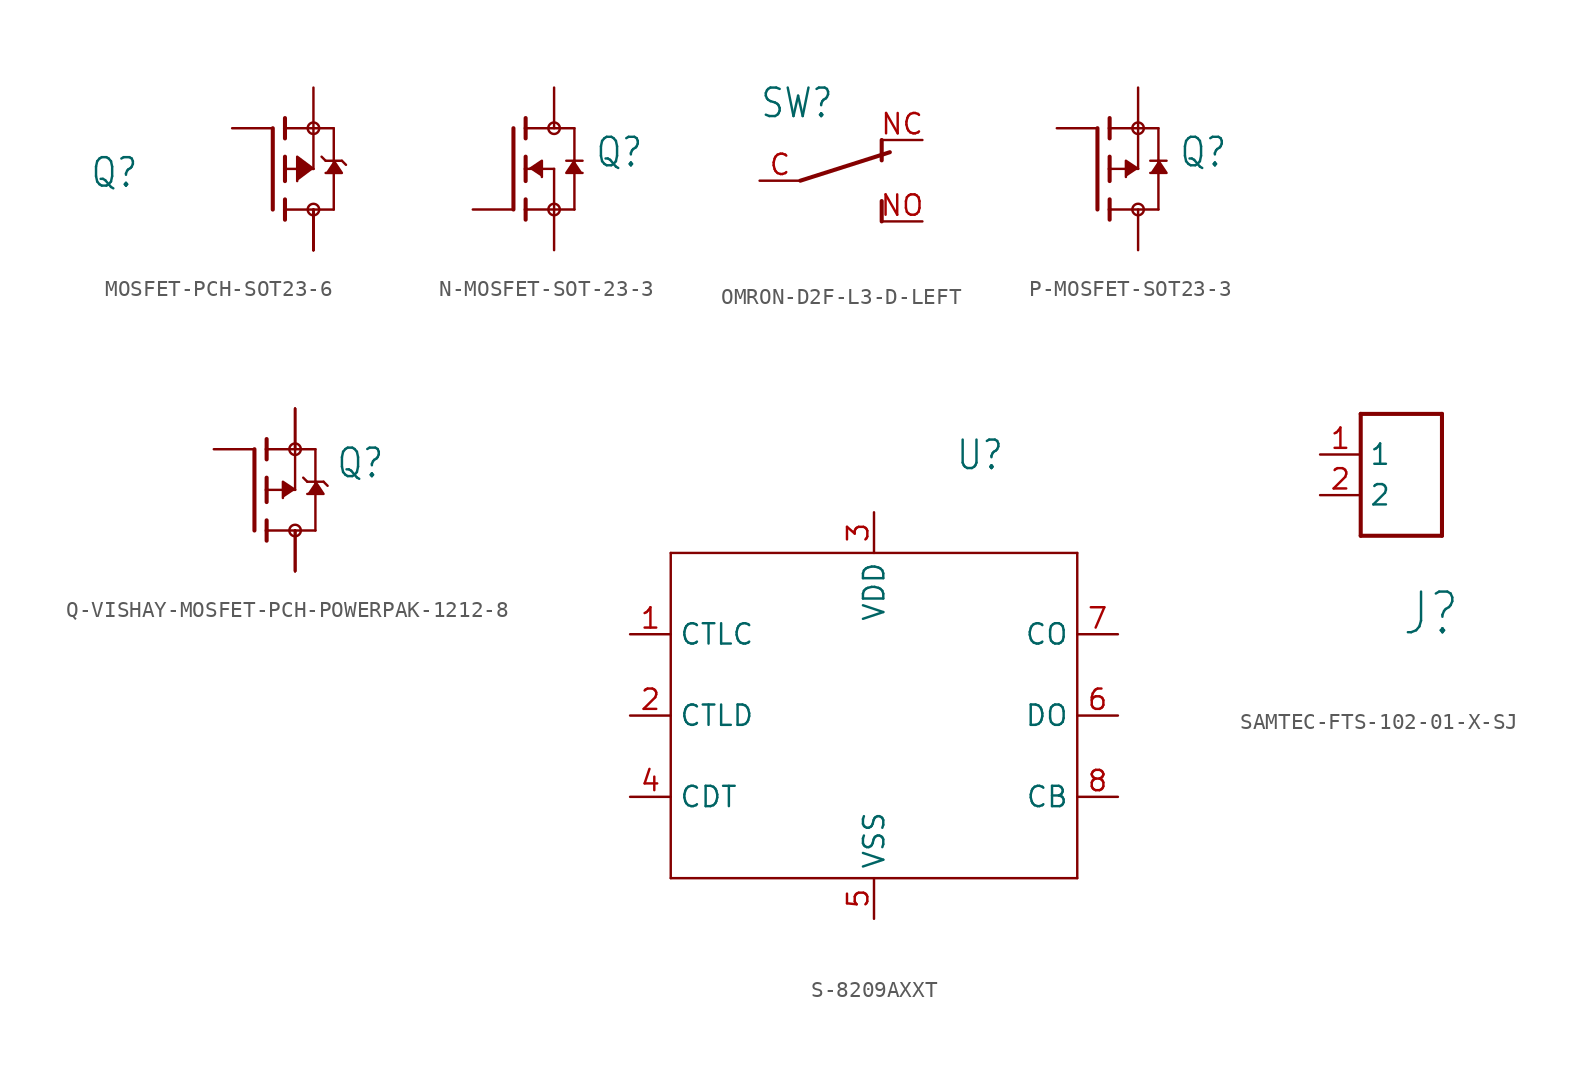
<source format=kicad_sym>
(kicad_symbol_lib
  (version 20220914)
  (generator kicad_symbol_editor)
  (symbol "MOSFET-PCH-SOT23-6"
    (property "Reference" "Q"
      (at -11.43 -1.27 0)
      (effects (font (size 1.778 1.511)) (justify left bottom)))
    (property "Value" ""
      (at -11.43 -3.81 0)
      (effects (font (size 1.778 1.511)) (justify left bottom)))
    (property "ki_locked" ""
      (at 0 0 0)
      (effects (font (size 1.27 1.27))))
    (symbol "MOSFET-PCH-SOT23-6_1_0"
      (polyline (pts (xy 0 -2.54) (xy 0 2.54)) (stroke (width 0.254) (type solid)) (fill (type none)))
      (polyline (pts (xy 0.762 -3.175) (xy 0.762 -2.54)) (stroke (width 0.254) (type solid)) (fill (type none)))
      (polyline (pts (xy 0.762 -2.54) (xy 0.762 -1.905)) (stroke (width 0.254) (type solid)) (fill (type none)))
      (polyline (pts (xy 0.762 -2.54) (xy 3.81 -2.54)) (stroke (width 0.152) (type solid)) (fill (type none)))
      (polyline (pts (xy 0.762 -0.762) (xy 0.762 0)) (stroke (width 0.254) (type solid)) (fill (type none)))
      (polyline (pts (xy 0.762 0) (xy 0.762 0.762)) (stroke (width 0.254) (type solid)) (fill (type none)))
      (polyline (pts (xy 0.762 0) (xy 2.54 0)) (stroke (width 0.152) (type solid)) (fill (type none)))
      (polyline (pts (xy 0.762 1.905) (xy 0.762 2.54)) (stroke (width 0.254) (type solid)) (fill (type none)))
      (polyline (pts (xy 0.762 2.54) (xy 0.762 3.175)) (stroke (width 0.254) (type solid)) (fill (type none)))
      (polyline (pts (xy 2.54 0) (xy 2.54 2.54)) (stroke (width 0.152) (type solid)) (fill (type none)))
      (polyline (pts (xy 2.54 2.54) (xy 0.762 2.54)) (stroke (width 0.152) (type solid)) (fill (type none)))
      (polyline (pts (xy 2.54 2.54) (xy 3.81 2.54)) (stroke (width 0.152) (type solid)) (fill (type none)))
      (polyline (pts (xy 3.048 0.762) (xy 3.302 0.508)) (stroke (width 0.152) (type solid)) (fill (type none)))
      (polyline (pts (xy 3.302 0.508) (xy 3.81 0.508)) (stroke (width 0.152) (type solid)) (fill (type none)))
      (polyline (pts (xy 3.81 -2.54) (xy 3.81 0.508)) (stroke (width 0.152) (type solid)) (fill (type none)))
      (polyline (pts (xy 3.81 0.508) (xy 3.81 2.54)) (stroke (width 0.152) (type solid)) (fill (type none)))
      (polyline (pts (xy 3.81 0.508) (xy 4.318 0.508)) (stroke (width 0.152) (type solid)) (fill (type none)))
      (polyline (pts (xy 4.318 0.508) (xy 4.572 0.254)) (stroke (width 0.152) (type solid)) (fill (type none)))
      (polyline (pts (xy 2.54 0) (xy 1.524 0.762) (xy 1.524 -0.762)) (stroke (width 0.152) (type solid)) (fill (type outline)))
      (polyline (pts (xy 3.81 0.508) (xy 4.318 -0.254) (xy 3.302 -0.254)) (stroke (width 0.152) (type solid)) (fill (type outline)))
      (circle (center 2.54 -2.54) (radius 0.359) (stroke (width 0) (type solid)) (fill (type none)))
      (circle (center 2.54 2.54) (radius 0.359) (stroke (width 0) (type solid)) (fill (type none)))
      (pin passive line (at 2.54 -5.08 90) (length 2.54) (name "D" (effects (font (size 0 0)))) (number "1" (effects (font (size 0 0)))))
      (pin passive line (at 2.54 -5.08 90) (length 2.54) (name "D" (effects (font (size 0 0)))) (number "2" (effects (font (size 0 0)))))
      (pin passive line (at -2.54 2.54 0) (length 2.54) (name "G" (effects (font (size 0 0)))) (number "3" (effects (font (size 0 0)))))
      (pin passive line (at 2.54 5.08 270) (length 2.54) (name "S" (effects (font (size 0 0)))) (number "4" (effects (font (size 0 0)))))
      (pin passive line (at 2.54 -5.08 90) (length 2.54) (name "D" (effects (font (size 0 0)))) (number "5" (effects (font (size 0 0)))))
      (pin passive line (at 2.54 -5.08 90) (length 2.54) (name "D" (effects (font (size 0 0)))) (number "6" (effects (font (size 0 0)))))))
  (symbol "N-MOSFET-SOT-23-3"
    (property "Reference" "Q"
      (at 5.08 0 0)
      (effects (font (size 1.778 1.511)) (justify left bottom)))
    (property "Value" ""
      (at 5.08 -2.54 0)
      (effects (font (size 1.778 1.511)) (justify left bottom)))
    (property "ki_locked" ""
      (at 0 0 0)
      (effects (font (size 1.27 1.27))))
    (symbol "N-MOSFET-SOT-23-3_1_0"
      (polyline (pts (xy 0 2.54) (xy 0 -2.54)) (stroke (width 0.254) (type solid)) (fill (type none)))
      (polyline (pts (xy 0.762 -2.54) (xy 0.762 -3.175)) (stroke (width 0.254) (type solid)) (fill (type none)))
      (polyline (pts (xy 0.762 -1.905) (xy 0.762 -2.54)) (stroke (width 0.254) (type solid)) (fill (type none)))
      (polyline (pts (xy 0.762 0) (xy 0.762 -0.762)) (stroke (width 0.254) (type solid)) (fill (type none)))
      (polyline (pts (xy 0.762 0) (xy 2.54 0)) (stroke (width 0.152) (type solid)) (fill (type none)))
      (polyline (pts (xy 0.762 0.762) (xy 0.762 0)) (stroke (width 0.254) (type solid)) (fill (type none)))
      (polyline (pts (xy 0.762 2.54) (xy 0.762 1.905)) (stroke (width 0.254) (type solid)) (fill (type none)))
      (polyline (pts (xy 0.762 2.54) (xy 3.81 2.54)) (stroke (width 0.152) (type solid)) (fill (type none)))
      (polyline (pts (xy 0.762 3.175) (xy 0.762 2.54)) (stroke (width 0.254) (type solid)) (fill (type none)))
      (polyline (pts (xy 2.54 -2.54) (xy 0.762 -2.54)) (stroke (width 0.152) (type solid)) (fill (type none)))
      (polyline (pts (xy 2.54 -2.54) (xy 3.81 -2.54)) (stroke (width 0.152) (type solid)) (fill (type none)))
      (polyline (pts (xy 2.54 0) (xy 2.54 -2.54)) (stroke (width 0.152) (type solid)) (fill (type none)))
      (polyline (pts (xy 3.81 0.508) (xy 3.302 0.508)) (stroke (width 0.152) (type solid)) (fill (type none)))
      (polyline (pts (xy 3.81 0.508) (xy 3.81 -2.54)) (stroke (width 0.152) (type solid)) (fill (type none)))
      (polyline (pts (xy 3.81 2.54) (xy 3.81 0.508)) (stroke (width 0.152) (type solid)) (fill (type none)))
      (polyline (pts (xy 4.318 0.508) (xy 3.81 0.508)) (stroke (width 0.152) (type solid)) (fill (type none)))
      (polyline (pts (xy 1.016 0) (xy 1.778 0.508) (xy 1.778 -0.508)) (stroke (width 0.152) (type solid)) (fill (type outline)))
      (polyline (pts (xy 3.81 0.508) (xy 3.302 -0.254) (xy 4.318 -0.254)) (stroke (width 0.152) (type solid)) (fill (type outline)))
      (circle (center 2.54 -2.54) (radius 0.359) (stroke (width 0) (type solid)) (fill (type none)))
      (circle (center 2.54 2.54) (radius 0.359) (stroke (width 0) (type solid)) (fill (type none)))
      (pin passive line (at -2.54 -2.54 0) (length 2.54) (name "G" (effects (font (size 0 0)))) (number "1" (effects (font (size 0 0)))))
      (pin passive line (at 2.54 -5.08 90) (length 2.54) (name "S" (effects (font (size 0 0)))) (number "2" (effects (font (size 0 0)))))
      (pin passive line (at 2.54 5.08 270) (length 2.54) (name "D" (effects (font (size 0 0)))) (number "3" (effects (font (size 0 0)))))))
  (symbol "OMRON-D2F-L3-D-LEFT"
    (property "Reference" "SW"
      (at -5.08 3.81 0)
      (effects (font (size 1.778 1.511)) (justify left bottom)))
    (property "Value" ""
      (at -5.08 -5.08 0)
      (effects (font (size 1.778 1.511)) (justify left bottom)))
    (property "ki_locked" ""
      (at 0 0 0)
      (effects (font (size 1.27 1.27))))
    (symbol "OMRON-D2F-L3-D-LEFT_1_0"
      (polyline (pts (xy -2.54 0) (xy 3.048 1.778)) (stroke (width 0.254) (type solid)) (fill (type none)))
      (polyline (pts (xy 2.54 -2.54) (xy 2.54 -1.27)) (stroke (width 0.254) (type solid)) (fill (type none)))
      (polyline (pts (xy 2.54 2.54) (xy 2.54 1.27)) (stroke (width 0.254) (type solid)) (fill (type none)))
      (pin passive line (at -5.08 0 0) (length 2.54) (name "COM" (effects (font (size 0 0)))) (number "C" (effects (font (size 1.27 1.27)))))
      (pin passive line (at 5.08 2.54 180) (length 2.54) (name "NC" (effects (font (size 0 0)))) (number "NC" (effects (font (size 1.27 1.27)))))
      (pin passive line (at 5.08 -2.54 180) (length 2.54) (name "NO" (effects (font (size 0 0)))) (number "NO" (effects (font (size 1.27 1.27)))))))
  (symbol "P-MOSFET-SOT23-3"
    (property "Reference" "Q"
      (at 5.08 0 0)
      (effects (font (size 1.778 1.511)) (justify left bottom)))
    (property "Value" ""
      (at 5.08 -2.54 0)
      (effects (font (size 1.778 1.511)) (justify left bottom)))
    (property "ki_locked" ""
      (at 0 0 0)
      (effects (font (size 1.27 1.27))))
    (symbol "P-MOSFET-SOT23-3_1_0"
      (polyline (pts (xy 0 -2.54) (xy 0 2.54)) (stroke (width 0.254) (type solid)) (fill (type none)))
      (polyline (pts (xy 0.762 -3.175) (xy 0.762 -2.54)) (stroke (width 0.254) (type solid)) (fill (type none)))
      (polyline (pts (xy 0.762 -2.54) (xy 0.762 -1.905)) (stroke (width 0.254) (type solid)) (fill (type none)))
      (polyline (pts (xy 0.762 -2.54) (xy 3.81 -2.54)) (stroke (width 0.152) (type solid)) (fill (type none)))
      (polyline (pts (xy 0.762 -0.762) (xy 0.762 0)) (stroke (width 0.254) (type solid)) (fill (type none)))
      (polyline (pts (xy 0.762 0) (xy 0.762 0.762)) (stroke (width 0.254) (type solid)) (fill (type none)))
      (polyline (pts (xy 0.762 0) (xy 2.54 0)) (stroke (width 0.152) (type solid)) (fill (type none)))
      (polyline (pts (xy 0.762 1.905) (xy 0.762 2.54)) (stroke (width 0.254) (type solid)) (fill (type none)))
      (polyline (pts (xy 0.762 2.54) (xy 0.762 3.175)) (stroke (width 0.254) (type solid)) (fill (type none)))
      (polyline (pts (xy 2.54 0) (xy 2.54 2.54)) (stroke (width 0.152) (type solid)) (fill (type none)))
      (polyline (pts (xy 2.54 2.54) (xy 0.762 2.54)) (stroke (width 0.152) (type solid)) (fill (type none)))
      (polyline (pts (xy 2.54 2.54) (xy 3.81 2.54)) (stroke (width 0.152) (type solid)) (fill (type none)))
      (polyline (pts (xy 3.302 0.508) (xy 3.81 0.508)) (stroke (width 0.152) (type solid)) (fill (type none)))
      (polyline (pts (xy 3.81 -2.54) (xy 3.81 0.508)) (stroke (width 0.152) (type solid)) (fill (type none)))
      (polyline (pts (xy 3.81 0.508) (xy 3.81 2.54)) (stroke (width 0.152) (type solid)) (fill (type none)))
      (polyline (pts (xy 3.81 0.508) (xy 4.318 0.508)) (stroke (width 0.152) (type solid)) (fill (type none)))
      (polyline (pts (xy 2.54 0) (xy 1.778 0.508) (xy 1.778 -0.508)) (stroke (width 0.152) (type solid)) (fill (type outline)))
      (polyline (pts (xy 3.81 0.508) (xy 4.318 -0.254) (xy 3.302 -0.254)) (stroke (width 0.152) (type solid)) (fill (type outline)))
      (circle (center 2.54 -2.54) (radius 0.359) (stroke (width 0) (type solid)) (fill (type none)))
      (circle (center 2.54 2.54) (radius 0.359) (stroke (width 0) (type solid)) (fill (type none)))
      (pin passive line (at -2.54 2.54 0) (length 2.54) (name "G" (effects (font (size 0 0)))) (number "1" (effects (font (size 0 0)))))
      (pin passive line (at 2.54 5.08 270) (length 2.54) (name "S" (effects (font (size 0 0)))) (number "2" (effects (font (size 0 0)))))
      (pin passive line (at 2.54 -5.08 90) (length 2.54) (name "D" (effects (font (size 0 0)))) (number "3" (effects (font (size 0 0)))))))
  (symbol "Q-VISHAY-MOSFET-PCH-POWERPAK-1212-8"
    (property "Reference" "Q"
      (at 5.08 0.635 0)
      (effects (font (size 1.778 1.511)) (justify left bottom)))
    (property "Value" ""
      (at 5.08 -1.905 0)
      (effects (font (size 1.778 1.511)) (justify left bottom)))
    (property "ki_locked" ""
      (at 0 0 0)
      (effects (font (size 1.27 1.27))))
    (symbol "Q-VISHAY-MOSFET-PCH-POWERPAK-1212-8_1_0"
      (polyline (pts (xy 0 -2.54) (xy 0 2.54)) (stroke (width 0.254) (type solid)) (fill (type none)))
      (polyline (pts (xy 0.762 -3.175) (xy 0.762 -2.54)) (stroke (width 0.254) (type solid)) (fill (type none)))
      (polyline (pts (xy 0.762 -2.54) (xy 0.762 -1.905)) (stroke (width 0.254) (type solid)) (fill (type none)))
      (polyline (pts (xy 0.762 -2.54) (xy 3.81 -2.54)) (stroke (width 0.152) (type solid)) (fill (type none)))
      (polyline (pts (xy 0.762 -0.762) (xy 0.762 0)) (stroke (width 0.254) (type solid)) (fill (type none)))
      (polyline (pts (xy 0.762 0) (xy 0.762 0.762)) (stroke (width 0.254) (type solid)) (fill (type none)))
      (polyline (pts (xy 0.762 0) (xy 2.54 0)) (stroke (width 0.152) (type solid)) (fill (type none)))
      (polyline (pts (xy 0.762 1.905) (xy 0.762 2.54)) (stroke (width 0.254) (type solid)) (fill (type none)))
      (polyline (pts (xy 0.762 2.54) (xy 0.762 3.175)) (stroke (width 0.254) (type solid)) (fill (type none)))
      (polyline (pts (xy 2.54 0) (xy 2.54 2.54)) (stroke (width 0.152) (type solid)) (fill (type none)))
      (polyline (pts (xy 2.54 2.54) (xy 0.762 2.54)) (stroke (width 0.152) (type solid)) (fill (type none)))
      (polyline (pts (xy 2.54 2.54) (xy 3.81 2.54)) (stroke (width 0.152) (type solid)) (fill (type none)))
      (polyline (pts (xy 3.048 0.762) (xy 3.302 0.508)) (stroke (width 0.152) (type solid)) (fill (type none)))
      (polyline (pts (xy 3.302 0.508) (xy 3.81 0.508)) (stroke (width 0.152) (type solid)) (fill (type none)))
      (polyline (pts (xy 3.81 -2.54) (xy 3.81 0.508)) (stroke (width 0.152) (type solid)) (fill (type none)))
      (polyline (pts (xy 3.81 0.508) (xy 3.81 2.54)) (stroke (width 0.152) (type solid)) (fill (type none)))
      (polyline (pts (xy 3.81 0.508) (xy 4.318 0.508)) (stroke (width 0.152) (type solid)) (fill (type none)))
      (polyline (pts (xy 4.318 0.508) (xy 4.572 0.254)) (stroke (width 0.152) (type solid)) (fill (type none)))
      (polyline (pts (xy 2.54 0) (xy 1.778 0.508) (xy 1.778 -0.508)) (stroke (width 0.152) (type solid)) (fill (type outline)))
      (polyline (pts (xy 3.81 0.508) (xy 4.318 -0.254) (xy 3.302 -0.254)) (stroke (width 0.152) (type solid)) (fill (type outline)))
      (circle (center 2.54 -2.54) (radius 0.359) (stroke (width 0) (type solid)) (fill (type none)))
      (circle (center 2.54 2.54) (radius 0.359) (stroke (width 0) (type solid)) (fill (type none)))
      (pin passive line (at 2.54 5.08 270) (length 2.54) (name "S" (effects (font (size 0 0)))) (number "1" (effects (font (size 0 0)))))
      (pin passive line (at 2.54 5.08 270) (length 2.54) (name "S" (effects (font (size 0 0)))) (number "2" (effects (font (size 0 0)))))
      (pin passive line (at 2.54 5.08 270) (length 2.54) (name "S" (effects (font (size 0 0)))) (number "3" (effects (font (size 0 0)))))
      (pin passive line (at -2.54 2.54 0) (length 2.54) (name "G" (effects (font (size 0 0)))) (number "4" (effects (font (size 0 0)))))
      (pin passive line (at 2.54 -5.08 90) (length 2.54) (name "D" (effects (font (size 0 0)))) (number "5" (effects (font (size 0 0)))))
      (pin passive line (at 2.54 -5.08 90) (length 2.54) (name "D" (effects (font (size 0 0)))) (number "6" (effects (font (size 0 0)))))
      (pin passive line (at 2.54 -5.08 90) (length 2.54) (name "D" (effects (font (size 0 0)))) (number "7" (effects (font (size 0 0)))))
      (pin passive line (at 2.54 -5.08 90) (length 2.54) (name "D" (effects (font (size 0 0)))) (number "8" (effects (font (size 0 0)))))
      (pin passive line (at 2.54 -5.08 90) (length 2.54) (name "D" (effects (font (size 0 0)))) (number "PAD" (effects (font (size 0 0)))))))
  (symbol "S-8209AXXT"
    (property "Reference" "U"
      (at 5.08 15.24 0)
      (effects (font (size 1.778 1.511)) (justify left bottom)))
    (property "Value" ""
      (at 5.08 12.7 0)
      (effects (font (size 1.778 1.511)) (justify left bottom)))
    (property "ki_locked" ""
      (at 0 0 0)
      (effects (font (size 1.27 1.27))))
    (symbol "S-8209AXXT_1_0"
      (polyline (pts (xy -12.7 -10.16) (xy 12.7 -10.16)) (stroke (width 0.152) (type solid)) (fill (type none)))
      (polyline (pts (xy -12.7 10.16) (xy -12.7 -10.16)) (stroke (width 0.152) (type solid)) (fill (type none)))
      (polyline (pts (xy 12.7 -10.16) (xy 12.7 10.16)) (stroke (width 0.152) (type solid)) (fill (type none)))
      (polyline (pts (xy 12.7 10.16) (xy -12.7 10.16)) (stroke (width 0.152) (type solid)) (fill (type none)))
      (pin passive line (at -15.24 5.08 0) (length 2.54) (name "CTLC" (effects (font (size 1.27 1.27)))) (number "1" (effects (font (size 1.27 1.27)))))
      (pin input line (at -15.24 0 0) (length 2.54) (name "CTLD" (effects (font (size 1.27 1.27)))) (number "2" (effects (font (size 1.27 1.27)))))
      (pin power_in line (at 0 12.7 270) (length 2.54) (name "VDD" (effects (font (size 1.27 1.27)))) (number "3" (effects (font (size 1.27 1.27)))))
      (pin passive line (at -15.24 -5.08 0) (length 2.54) (name "CDT" (effects (font (size 1.27 1.27)))) (number "4" (effects (font (size 1.27 1.27)))))
      (pin power_in line (at 0 -12.7 90) (length 2.54) (name "VSS" (effects (font (size 1.27 1.27)))) (number "5" (effects (font (size 1.27 1.27)))))
      (pin open_collector line (at 15.24 0 180) (length 2.54) (name "DO" (effects (font (size 1.27 1.27)))) (number "6" (effects (font (size 1.27 1.27)))))
      (pin open_collector line (at 15.24 5.08 180) (length 2.54) (name "CO" (effects (font (size 1.27 1.27)))) (number "7" (effects (font (size 1.27 1.27)))))
      (pin output line (at 15.24 -5.08 180) (length 2.54) (name "CB" (effects (font (size 1.27 1.27)))) (number "8" (effects (font (size 1.27 1.27)))))))
  (symbol "SAMTEC-FTS-102-01-X-SJ"
    (property "Reference" "J"
      (at 0 -10.16 0)
      (effects (font (size 2.54 2.159)) (justify left bottom)))
    (property "Value" ""
      (at 0 -12.7 0)
      (effects (font (size 2.286 1.943)) (justify left bottom)))
    (property "ki_locked" ""
      (at 0 0 0)
      (effects (font (size 1.27 1.27))))
    (symbol "SAMTEC-FTS-102-01-X-SJ_1_0"
      (polyline (pts (xy -2.54 -3.81) (xy -2.54 3.81)) (stroke (width 0.254) (type solid)) (fill (type none)))
      (polyline (pts (xy -2.54 3.81) (xy 2.54 3.81)) (stroke (width 0.254) (type solid)) (fill (type none)))
      (polyline (pts (xy 2.54 -3.81) (xy -2.54 -3.81)) (stroke (width 0.254) (type solid)) (fill (type none)))
      (polyline (pts (xy 2.54 3.81) (xy 2.54 -3.81)) (stroke (width 0.254) (type solid)) (fill (type none)))
      (pin passive line (at -5.08 1.27 0) (length 2.54) (name "1" (effects (font (size 1.27 1.27)))) (number "1" (effects (font (size 1.27 1.27)))))
      (pin passive line (at -5.08 -1.27 0) (length 2.54) (name "2" (effects (font (size 1.27 1.27)))) (number "2" (effects (font (size 1.27 1.27))))))))
</source>
